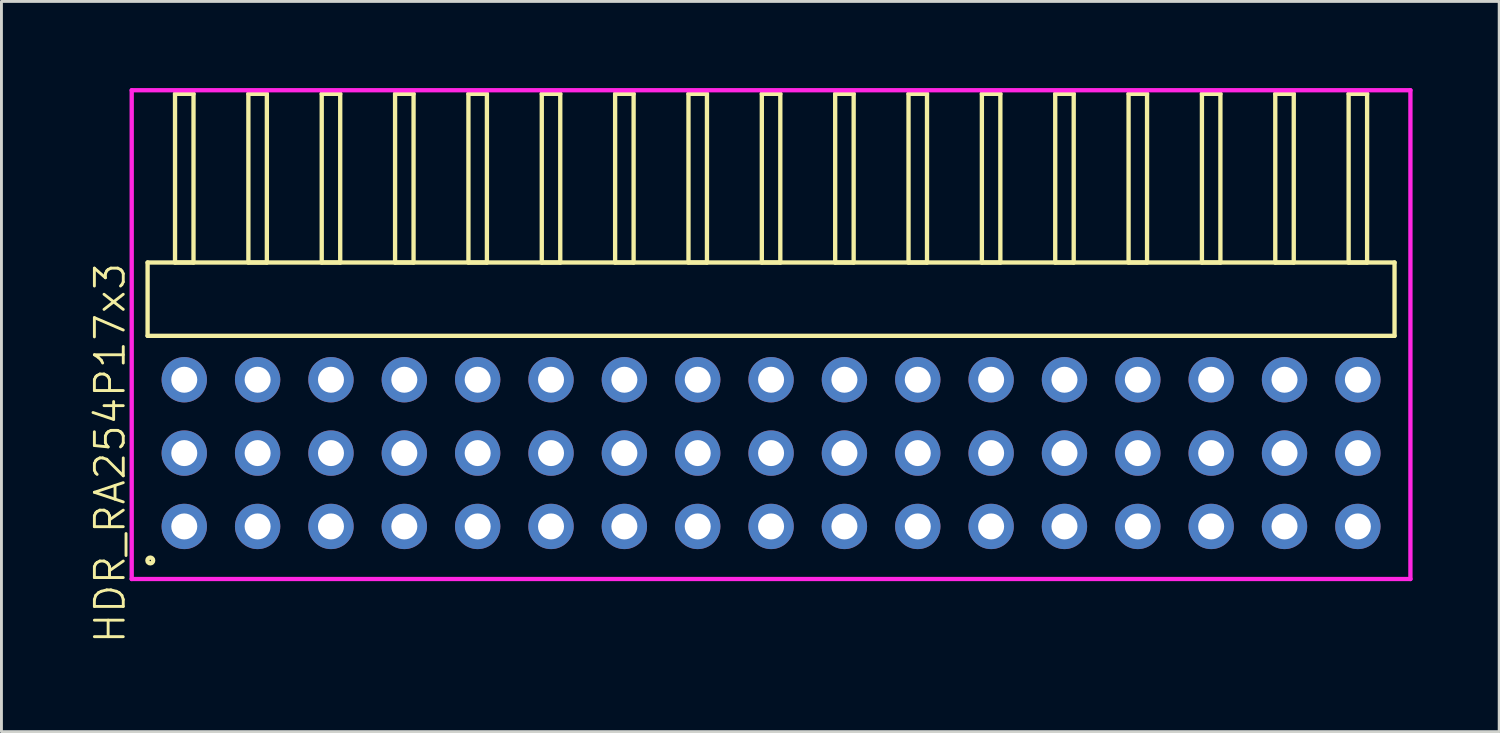
<source format=kicad_pcb>
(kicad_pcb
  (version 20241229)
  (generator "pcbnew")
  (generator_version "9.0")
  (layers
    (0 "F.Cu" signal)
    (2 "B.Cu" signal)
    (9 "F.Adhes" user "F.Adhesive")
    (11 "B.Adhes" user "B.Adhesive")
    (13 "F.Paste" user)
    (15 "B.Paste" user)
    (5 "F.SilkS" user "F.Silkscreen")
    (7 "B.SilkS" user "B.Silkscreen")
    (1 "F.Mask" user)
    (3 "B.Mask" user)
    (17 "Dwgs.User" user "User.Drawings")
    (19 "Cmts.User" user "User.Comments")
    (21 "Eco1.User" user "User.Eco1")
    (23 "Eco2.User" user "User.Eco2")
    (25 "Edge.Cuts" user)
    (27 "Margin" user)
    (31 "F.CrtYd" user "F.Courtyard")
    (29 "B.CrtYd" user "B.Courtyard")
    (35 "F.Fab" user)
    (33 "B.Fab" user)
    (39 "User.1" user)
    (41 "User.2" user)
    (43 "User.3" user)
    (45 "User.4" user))
  (footprint "HDR_RA254P17x3"
    (layer "F.Cu")
    (at 23.651 12.64)
    (property "Reference" "HDR_RA254P17x3" (at -22.89 0 90) (layer "F.SilkS") (effects (font (size 1 1) (thickness 0.1))))
    (attr through_hole)
    (fp_line (start -21.59 -6.6) (end -21.59 -4.06) (stroke (width 0.15) (type solid)) (layer "F.SilkS"))
    (fp_line (start -21.59 -4.06) (end 21.59 -4.06) (stroke (width 0.15) (type solid)) (layer "F.SilkS"))
    (fp_line (start -20.64 -12.44) (end -20.64 -6.6) (stroke (width 0.15) (type solid)) (layer "F.SilkS"))
    (fp_line (start -20.64 -6.6) (end -20 -6.6) (stroke (width 0.15) (type solid)) (layer "F.SilkS"))
    (fp_line (start -20 -12.44) (end -20.64 -12.44) (stroke (width 0.15) (type solid)) (layer "F.SilkS"))
    (fp_line (start -20 -6.6) (end -20 -12.44) (stroke (width 0.15) (type solid)) (layer "F.SilkS"))
    (fp_line (start -18.1 -12.44) (end -18.1 -6.6) (stroke (width 0.15) (type solid)) (layer "F.SilkS"))
    (fp_line (start -18.1 -6.6) (end -17.46 -6.6) (stroke (width 0.15) (type solid)) (layer "F.SilkS"))
    (fp_line (start -17.46 -12.44) (end -18.1 -12.44) (stroke (width 0.15) (type solid)) (layer "F.SilkS"))
    (fp_line (start -17.46 -6.6) (end -17.46 -12.44) (stroke (width 0.15) (type solid)) (layer "F.SilkS"))
    (fp_line (start -15.56 -12.44) (end -15.56 -6.6) (stroke (width 0.15) (type solid)) (layer "F.SilkS"))
    (fp_line (start -15.56 -6.6) (end -14.92 -6.6) (stroke (width 0.15) (type solid)) (layer "F.SilkS"))
    (fp_line (start -14.92 -12.44) (end -15.56 -12.44) (stroke (width 0.15) (type solid)) (layer "F.SilkS"))
    (fp_line (start -14.92 -6.6) (end -14.92 -12.44) (stroke (width 0.15) (type solid)) (layer "F.SilkS"))
    (fp_line (start -13.02 -12.44) (end -13.02 -6.6) (stroke (width 0.15) (type solid)) (layer "F.SilkS"))
    (fp_line (start -13.02 -6.6) (end -12.38 -6.6) (stroke (width 0.15) (type solid)) (layer "F.SilkS"))
    (fp_line (start -12.38 -12.44) (end -13.02 -12.44) (stroke (width 0.15) (type solid)) (layer "F.SilkS"))
    (fp_line (start -12.38 -6.6) (end -12.38 -12.44) (stroke (width 0.15) (type solid)) (layer "F.SilkS"))
    (fp_line (start -10.48 -12.44) (end -10.48 -6.6) (stroke (width 0.15) (type solid)) (layer "F.SilkS"))
    (fp_line (start -10.48 -6.6) (end -9.84 -6.6) (stroke (width 0.15) (type solid)) (layer "F.SilkS"))
    (fp_line (start -9.84 -12.44) (end -10.48 -12.44) (stroke (width 0.15) (type solid)) (layer "F.SilkS"))
    (fp_line (start -9.84 -6.6) (end -9.84 -12.44) (stroke (width 0.15) (type solid)) (layer "F.SilkS"))
    (fp_line (start -7.94 -12.44) (end -7.94 -6.6) (stroke (width 0.15) (type solid)) (layer "F.SilkS"))
    (fp_line (start -7.94 -6.6) (end -7.3 -6.6) (stroke (width 0.15) (type solid)) (layer "F.SilkS"))
    (fp_line (start -7.3 -12.44) (end -7.94 -12.44) (stroke (width 0.15) (type solid)) (layer "F.SilkS"))
    (fp_line (start -7.3 -6.6) (end -7.3 -12.44) (stroke (width 0.15) (type solid)) (layer "F.SilkS"))
    (fp_line (start -5.4 -12.44) (end -5.4 -6.6) (stroke (width 0.15) (type solid)) (layer "F.SilkS"))
    (fp_line (start -5.4 -6.6) (end -4.76 -6.6) (stroke (width 0.15) (type solid)) (layer "F.SilkS"))
    (fp_line (start -4.76 -12.44) (end -5.4 -12.44) (stroke (width 0.15) (type solid)) (layer "F.SilkS"))
    (fp_line (start -4.76 -6.6) (end -4.76 -12.44) (stroke (width 0.15) (type solid)) (layer "F.SilkS"))
    (fp_line (start -2.86 -12.44) (end -2.86 -6.6) (stroke (width 0.15) (type solid)) (layer "F.SilkS"))
    (fp_line (start -2.86 -6.6) (end -2.22 -6.6) (stroke (width 0.15) (type solid)) (layer "F.SilkS"))
    (fp_line (start -2.22 -12.44) (end -2.86 -12.44) (stroke (width 0.15) (type solid)) (layer "F.SilkS"))
    (fp_line (start -2.22 -6.6) (end -2.22 -12.44) (stroke (width 0.15) (type solid)) (layer "F.SilkS"))
    (fp_line (start -0.32 -12.44) (end -0.32 -6.6) (stroke (width 0.15) (type solid)) (layer "F.SilkS"))
    (fp_line (start -0.32 -6.6) (end 0.32 -6.6) (stroke (width 0.15) (type solid)) (layer "F.SilkS"))
    (fp_line (start 0.32 -12.44) (end -0.32 -12.44) (stroke (width 0.15) (type solid)) (layer "F.SilkS"))
    (fp_line (start 0.32 -6.6) (end 0.32 -12.44) (stroke (width 0.15) (type solid)) (layer "F.SilkS"))
    (fp_line (start 2.22 -12.44) (end 2.22 -6.6) (stroke (width 0.15) (type solid)) (layer "F.SilkS"))
    (fp_line (start 2.22 -6.6) (end 2.86 -6.6) (stroke (width 0.15) (type solid)) (layer "F.SilkS"))
    (fp_line (start 2.86 -12.44) (end 2.22 -12.44) (stroke (width 0.15) (type solid)) (layer "F.SilkS"))
    (fp_line (start 2.86 -6.6) (end 2.86 -12.44) (stroke (width 0.15) (type solid)) (layer "F.SilkS"))
    (fp_line (start 4.76 -12.44) (end 4.76 -6.6) (stroke (width 0.15) (type solid)) (layer "F.SilkS"))
    (fp_line (start 4.76 -6.6) (end 5.4 -6.6) (stroke (width 0.15) (type solid)) (layer "F.SilkS"))
    (fp_line (start 5.4 -12.44) (end 4.76 -12.44) (stroke (width 0.15) (type solid)) (layer "F.SilkS"))
    (fp_line (start 5.4 -6.6) (end 5.4 -12.44) (stroke (width 0.15) (type solid)) (layer "F.SilkS"))
    (fp_line (start 7.3 -12.44) (end 7.3 -6.6) (stroke (width 0.15) (type solid)) (layer "F.SilkS"))
    (fp_line (start 7.3 -6.6) (end 7.94 -6.6) (stroke (width 0.15) (type solid)) (layer "F.SilkS"))
    (fp_line (start 7.94 -12.44) (end 7.3 -12.44) (stroke (width 0.15) (type solid)) (layer "F.SilkS"))
    (fp_line (start 7.94 -6.6) (end 7.94 -12.44) (stroke (width 0.15) (type solid)) (layer "F.SilkS"))
    (fp_line (start 9.84 -12.44) (end 9.84 -6.6) (stroke (width 0.15) (type solid)) (layer "F.SilkS"))
    (fp_line (start 9.84 -6.6) (end 10.48 -6.6) (stroke (width 0.15) (type solid)) (layer "F.SilkS"))
    (fp_line (start 10.48 -12.44) (end 9.84 -12.44) (stroke (width 0.15) (type solid)) (layer "F.SilkS"))
    (fp_line (start 10.48 -6.6) (end 10.48 -12.44) (stroke (width 0.15) (type solid)) (layer "F.SilkS"))
    (fp_line (start 12.38 -12.44) (end 12.38 -6.6) (stroke (width 0.15) (type solid)) (layer "F.SilkS"))
    (fp_line (start 12.38 -6.6) (end 13.02 -6.6) (stroke (width 0.15) (type solid)) (layer "F.SilkS"))
    (fp_line (start 13.02 -12.44) (end 12.38 -12.44) (stroke (width 0.15) (type solid)) (layer "F.SilkS"))
    (fp_line (start 13.02 -6.6) (end 13.02 -12.44) (stroke (width 0.15) (type solid)) (layer "F.SilkS"))
    (fp_line (start 14.92 -12.44) (end 14.92 -6.6) (stroke (width 0.15) (type solid)) (layer "F.SilkS"))
    (fp_line (start 14.92 -6.6) (end 15.56 -6.6) (stroke (width 0.15) (type solid)) (layer "F.SilkS"))
    (fp_line (start 15.56 -12.44) (end 14.92 -12.44) (stroke (width 0.15) (type solid)) (layer "F.SilkS"))
    (fp_line (start 15.56 -6.6) (end 15.56 -12.44) (stroke (width 0.15) (type solid)) (layer "F.SilkS"))
    (fp_line (start 17.46 -12.44) (end 17.46 -6.6) (stroke (width 0.15) (type solid)) (layer "F.SilkS"))
    (fp_line (start 17.46 -6.6) (end 18.1 -6.6) (stroke (width 0.15) (type solid)) (layer "F.SilkS"))
    (fp_line (start 18.1 -12.44) (end 17.46 -12.44) (stroke (width 0.15) (type solid)) (layer "F.SilkS"))
    (fp_line (start 18.1 -6.6) (end 18.1 -12.44) (stroke (width 0.15) (type solid)) (layer "F.SilkS"))
    (fp_line (start 20 -12.44) (end 20 -6.6) (stroke (width 0.15) (type solid)) (layer "F.SilkS"))
    (fp_line (start 20 -6.6) (end 20.64 -6.6) (stroke (width 0.15) (type solid)) (layer "F.SilkS"))
    (fp_line (start 20.64 -12.44) (end 20 -12.44) (stroke (width 0.15) (type solid)) (layer "F.SilkS"))
    (fp_line (start 20.64 -6.6) (end 20.64 -12.44) (stroke (width 0.15) (type solid)) (layer "F.SilkS"))
    (fp_line (start 21.59 -6.6) (end -21.59 -6.6) (stroke (width 0.15) (type solid)) (layer "F.SilkS"))
    (fp_line (start 21.59 -4.06) (end 21.59 -6.6) (stroke (width 0.15) (type solid)) (layer "F.SilkS"))
    (fp_circle (center -21.497 3.718) (end -21.397 3.718) (stroke (width 0.15) (type solid)) (fill no) (layer "F.SilkS"))
    (fp_line (start -22.14 -12.565) (end -22.14 4.36) (stroke (width 0.15) (type solid)) (layer "F.CrtYd"))
    (fp_line (start -22.14 4.36) (end 22.14 4.36) (stroke (width 0.15) (type solid)) (layer "F.CrtYd"))
    (fp_line (start 22.14 -12.565) (end -22.14 -12.565) (stroke (width 0.15) (type solid)) (layer "F.CrtYd"))
    (fp_line (start 22.14 4.36) (end 22.14 -12.565) (stroke (width 0.15) (type solid)) (layer "F.CrtYd"))
    (pad "1" thru_hole oval (at -20.32 2.54) (size 1.57 1.57) (drill 0.9) (layers "*.Cu" "*.Mask"))
    (pad "2" thru_hole oval (at -20.32 0) (size 1.57 1.57) (drill 0.9) (layers "*.Cu" "*.Mask"))
    (pad "3" thru_hole oval (at -20.32 -2.54) (size 1.57 1.57) (drill 0.9) (layers "*.Cu" "*.Mask"))
    (pad "4" thru_hole oval (at -17.78 2.54) (size 1.57 1.57) (drill 0.9) (layers "*.Cu" "*.Mask"))
    (pad "5" thru_hole oval (at -17.78 0) (size 1.57 1.57) (drill 0.9) (layers "*.Cu" "*.Mask"))
    (pad "6" thru_hole oval (at -17.78 -2.54) (size 1.57 1.57) (drill 0.9) (layers "*.Cu" "*.Mask"))
    (pad "7" thru_hole oval (at -15.24 2.54) (size 1.57 1.57) (drill 0.9) (layers "*.Cu" "*.Mask"))
    (pad "8" thru_hole oval (at -15.24 0) (size 1.57 1.57) (drill 0.9) (layers "*.Cu" "*.Mask"))
    (pad "9" thru_hole oval (at -15.24 -2.54) (size 1.57 1.57) (drill 0.9) (layers "*.Cu" "*.Mask"))
    (pad "10" thru_hole oval (at -12.7 2.54) (size 1.57 1.57) (drill 0.9) (layers "*.Cu" "*.Mask"))
    (pad "11" thru_hole oval (at -12.7 0) (size 1.57 1.57) (drill 0.9) (layers "*.Cu" "*.Mask"))
    (pad "12" thru_hole oval (at -12.7 -2.54) (size 1.57 1.57) (drill 0.9) (layers "*.Cu" "*.Mask"))
    (pad "13" thru_hole oval (at -10.16 2.54) (size 1.57 1.57) (drill 0.9) (layers "*.Cu" "*.Mask"))
    (pad "14" thru_hole oval (at -10.16 0) (size 1.57 1.57) (drill 0.9) (layers "*.Cu" "*.Mask"))
    (pad "15" thru_hole oval (at -10.16 -2.54) (size 1.57 1.57) (drill 0.9) (layers "*.Cu" "*.Mask"))
    (pad "16" thru_hole oval (at -7.62 2.54) (size 1.57 1.57) (drill 0.9) (layers "*.Cu" "*.Mask"))
    (pad "17" thru_hole oval (at -7.62 0) (size 1.57 1.57) (drill 0.9) (layers "*.Cu" "*.Mask"))
    (pad "18" thru_hole oval (at -7.62 -2.54) (size 1.57 1.57) (drill 0.9) (layers "*.Cu" "*.Mask"))
    (pad "19" thru_hole oval (at -5.08 2.54) (size 1.57 1.57) (drill 0.9) (layers "*.Cu" "*.Mask"))
    (pad "20" thru_hole oval (at -5.08 0) (size 1.57 1.57) (drill 0.9) (layers "*.Cu" "*.Mask"))
    (pad "21" thru_hole oval (at -5.08 -2.54) (size 1.57 1.57) (drill 0.9) (layers "*.Cu" "*.Mask"))
    (pad "22" thru_hole oval (at -2.54 2.54) (size 1.57 1.57) (drill 0.9) (layers "*.Cu" "*.Mask"))
    (pad "23" thru_hole oval (at -2.54 0) (size 1.57 1.57) (drill 0.9) (layers "*.Cu" "*.Mask"))
    (pad "24" thru_hole oval (at -2.54 -2.54) (size 1.57 1.57) (drill 0.9) (layers "*.Cu" "*.Mask"))
    (pad "25" thru_hole oval (at 0 2.54) (size 1.57 1.57) (drill 0.9) (layers "*.Cu" "*.Mask"))
    (pad "26" thru_hole oval (at 0 0) (size 1.57 1.57) (drill 0.9) (layers "*.Cu" "*.Mask"))
    (pad "27" thru_hole oval (at 0 -2.54) (size 1.57 1.57) (drill 0.9) (layers "*.Cu" "*.Mask"))
    (pad "28" thru_hole oval (at 2.54 2.54) (size 1.57 1.57) (drill 0.9) (layers "*.Cu" "*.Mask"))
    (pad "29" thru_hole oval (at 2.54 0) (size 1.57 1.57) (drill 0.9) (layers "*.Cu" "*.Mask"))
    (pad "30" thru_hole oval (at 2.54 -2.54) (size 1.57 1.57) (drill 0.9) (layers "*.Cu" "*.Mask"))
    (pad "31" thru_hole oval (at 5.08 2.54) (size 1.57 1.57) (drill 0.9) (layers "*.Cu" "*.Mask"))
    (pad "32" thru_hole oval (at 5.08 0) (size 1.57 1.57) (drill 0.9) (layers "*.Cu" "*.Mask"))
    (pad "33" thru_hole oval (at 5.08 -2.54) (size 1.57 1.57) (drill 0.9) (layers "*.Cu" "*.Mask"))
    (pad "34" thru_hole oval (at 7.62 2.54) (size 1.57 1.57) (drill 0.9) (layers "*.Cu" "*.Mask"))
    (pad "35" thru_hole oval (at 7.62 0) (size 1.57 1.57) (drill 0.9) (layers "*.Cu" "*.Mask"))
    (pad "36" thru_hole oval (at 7.62 -2.54) (size 1.57 1.57) (drill 0.9) (layers "*.Cu" "*.Mask"))
    (pad "37" thru_hole oval (at 10.16 2.54) (size 1.57 1.57) (drill 0.9) (layers "*.Cu" "*.Mask"))
    (pad "38" thru_hole oval (at 10.16 0) (size 1.57 1.57) (drill 0.9) (layers "*.Cu" "*.Mask"))
    (pad "39" thru_hole oval (at 10.16 -2.54) (size 1.57 1.57) (drill 0.9) (layers "*.Cu" "*.Mask"))
    (pad "40" thru_hole oval (at 12.7 2.54) (size 1.57 1.57) (drill 0.9) (layers "*.Cu" "*.Mask"))
    (pad "41" thru_hole oval (at 12.7 0) (size 1.57 1.57) (drill 0.9) (layers "*.Cu" "*.Mask"))
    (pad "42" thru_hole oval (at 12.7 -2.54) (size 1.57 1.57) (drill 0.9) (layers "*.Cu" "*.Mask"))
    (pad "43" thru_hole oval (at 15.24 2.54) (size 1.57 1.57) (drill 0.9) (layers "*.Cu" "*.Mask"))
    (pad "44" thru_hole oval (at 15.24 0) (size 1.57 1.57) (drill 0.9) (layers "*.Cu" "*.Mask"))
    (pad "45" thru_hole oval (at 15.24 -2.54) (size 1.57 1.57) (drill 0.9) (layers "*.Cu" "*.Mask"))
    (pad "46" thru_hole oval (at 17.78 2.54) (size 1.57 1.57) (drill 0.9) (layers "*.Cu" "*.Mask"))
    (pad "47" thru_hole oval (at 17.78 0) (size 1.57 1.57) (drill 0.9) (layers "*.Cu" "*.Mask"))
    (pad "48" thru_hole oval (at 17.78 -2.54) (size 1.57 1.57) (drill 0.9) (layers "*.Cu" "*.Mask"))
    (pad "49" thru_hole oval (at 20.32 2.54) (size 1.57 1.57) (drill 0.9) (layers "*.Cu" "*.Mask"))
    (pad "50" thru_hole oval (at 20.32 0) (size 1.57 1.57) (drill 0.9) (layers "*.Cu" "*.Mask"))
    (pad "51" thru_hole oval (at 20.32 -2.54) (size 1.57 1.57) (drill 0.9) (layers "*.Cu" "*.Mask")))
  (gr_rect
    (start -3 -3)
    (end 48.865 22.285)
    (stroke (width 0.1) (type default))
    (fill no)
    (layer "Edge.Cuts")))
</source>
